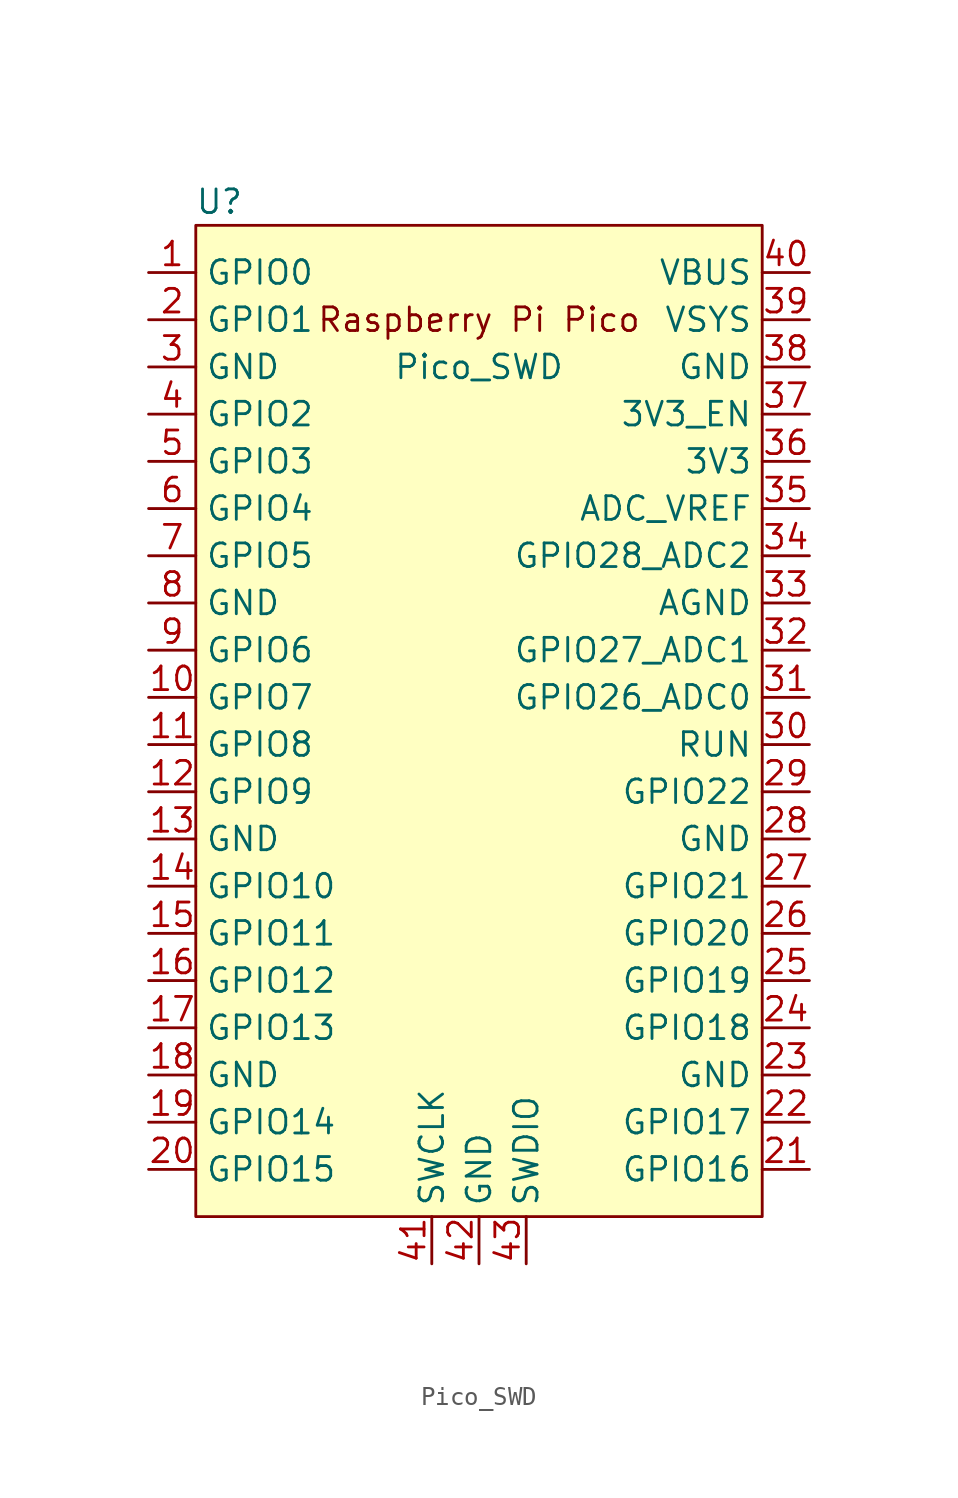
<source format=kicad_sym>
(kicad_symbol_lib
  (version 20211014)
  (generator kicad_symbol_editor)
  (symbol "Pico_SWD"
    (property "Reference" "U"
      (at -13.97 27.94 0)
      (effects (font (size 1.27 1.27))))
    (property "Value" "Pico_SWD"
      (at 0 19.05 0)
      (effects (font (size 1.27 1.27))))
    (symbol "Pico_SWD_0_0"
      (text "Raspberry Pi Pico" (at 0 21.59 0) (effects (font (size 1.27 1.27)))))
    (symbol "Pico_SWD_0_1"
      (rectangle (start -15.24 26.67) (end 15.24 -26.67) (stroke (width 0) (type default) (color 0 0 0 0)) (fill (type background))))
    (symbol "Pico_SWD_1_1"
      (pin bidirectional line (at -17.78 24.13 0) (length 2.54) (name "GPIO0" (effects (font (size 1.27 1.27)))) (number "1" (effects (font (size 1.27 1.27)))))
      (pin bidirectional line (at -17.78 1.27 0) (length 2.54) (name "GPIO7" (effects (font (size 1.27 1.27)))) (number "10" (effects (font (size 1.27 1.27)))))
      (pin bidirectional line (at -17.78 -1.27 0) (length 2.54) (name "GPIO8" (effects (font (size 1.27 1.27)))) (number "11" (effects (font (size 1.27 1.27)))))
      (pin bidirectional line (at -17.78 -3.81 0) (length 2.54) (name "GPIO9" (effects (font (size 1.27 1.27)))) (number "12" (effects (font (size 1.27 1.27)))))
      (pin power_in line (at -17.78 -6.35 0) (length 2.54) (name "GND" (effects (font (size 1.27 1.27)))) (number "13" (effects (font (size 1.27 1.27)))))
      (pin bidirectional line (at -17.78 -8.89 0) (length 2.54) (name "GPIO10" (effects (font (size 1.27 1.27)))) (number "14" (effects (font (size 1.27 1.27)))))
      (pin bidirectional line (at -17.78 -11.43 0) (length 2.54) (name "GPIO11" (effects (font (size 1.27 1.27)))) (number "15" (effects (font (size 1.27 1.27)))))
      (pin bidirectional line (at -17.78 -13.97 0) (length 2.54) (name "GPIO12" (effects (font (size 1.27 1.27)))) (number "16" (effects (font (size 1.27 1.27)))))
      (pin bidirectional line (at -17.78 -16.51 0) (length 2.54) (name "GPIO13" (effects (font (size 1.27 1.27)))) (number "17" (effects (font (size 1.27 1.27)))))
      (pin power_in line (at -17.78 -19.05 0) (length 2.54) (name "GND" (effects (font (size 1.27 1.27)))) (number "18" (effects (font (size 1.27 1.27)))))
      (pin bidirectional line (at -17.78 -21.59 0) (length 2.54) (name "GPIO14" (effects (font (size 1.27 1.27)))) (number "19" (effects (font (size 1.27 1.27)))))
      (pin bidirectional line (at -17.78 21.59 0) (length 2.54) (name "GPIO1" (effects (font (size 1.27 1.27)))) (number "2" (effects (font (size 1.27 1.27)))))
      (pin bidirectional line (at -17.78 -24.13 0) (length 2.54) (name "GPIO15" (effects (font (size 1.27 1.27)))) (number "20" (effects (font (size 1.27 1.27)))))
      (pin bidirectional line (at 17.78 -24.13 180) (length 2.54) (name "GPIO16" (effects (font (size 1.27 1.27)))) (number "21" (effects (font (size 1.27 1.27)))))
      (pin bidirectional line (at 17.78 -21.59 180) (length 2.54) (name "GPIO17" (effects (font (size 1.27 1.27)))) (number "22" (effects (font (size 1.27 1.27)))))
      (pin power_in line (at 17.78 -19.05 180) (length 2.54) (name "GND" (effects (font (size 1.27 1.27)))) (number "23" (effects (font (size 1.27 1.27)))))
      (pin bidirectional line (at 17.78 -16.51 180) (length 2.54) (name "GPIO18" (effects (font (size 1.27 1.27)))) (number "24" (effects (font (size 1.27 1.27)))))
      (pin bidirectional line (at 17.78 -13.97 180) (length 2.54) (name "GPIO19" (effects (font (size 1.27 1.27)))) (number "25" (effects (font (size 1.27 1.27)))))
      (pin bidirectional line (at 17.78 -11.43 180) (length 2.54) (name "GPIO20" (effects (font (size 1.27 1.27)))) (number "26" (effects (font (size 1.27 1.27)))))
      (pin bidirectional line (at 17.78 -8.89 180) (length 2.54) (name "GPIO21" (effects (font (size 1.27 1.27)))) (number "27" (effects (font (size 1.27 1.27)))))
      (pin power_in line (at 17.78 -6.35 180) (length 2.54) (name "GND" (effects (font (size 1.27 1.27)))) (number "28" (effects (font (size 1.27 1.27)))))
      (pin bidirectional line (at 17.78 -3.81 180) (length 2.54) (name "GPIO22" (effects (font (size 1.27 1.27)))) (number "29" (effects (font (size 1.27 1.27)))))
      (pin power_in line (at -17.78 19.05 0) (length 2.54) (name "GND" (effects (font (size 1.27 1.27)))) (number "3" (effects (font (size 1.27 1.27)))))
      (pin input line (at 17.78 -1.27 180) (length 2.54) (name "RUN" (effects (font (size 1.27 1.27)))) (number "30" (effects (font (size 1.27 1.27)))))
      (pin bidirectional line (at 17.78 1.27 180) (length 2.54) (name "GPIO26_ADC0" (effects (font (size 1.27 1.27)))) (number "31" (effects (font (size 1.27 1.27)))))
      (pin bidirectional line (at 17.78 3.81 180) (length 2.54) (name "GPIO27_ADC1" (effects (font (size 1.27 1.27)))) (number "32" (effects (font (size 1.27 1.27)))))
      (pin power_in line (at 17.78 6.35 180) (length 2.54) (name "AGND" (effects (font (size 1.27 1.27)))) (number "33" (effects (font (size 1.27 1.27)))))
      (pin bidirectional line (at 17.78 8.89 180) (length 2.54) (name "GPIO28_ADC2" (effects (font (size 1.27 1.27)))) (number "34" (effects (font (size 1.27 1.27)))))
      (pin power_in line (at 17.78 11.43 180) (length 2.54) (name "ADC_VREF" (effects (font (size 1.27 1.27)))) (number "35" (effects (font (size 1.27 1.27)))))
      (pin power_in line (at 17.78 13.97 180) (length 2.54) (name "3V3" (effects (font (size 1.27 1.27)))) (number "36" (effects (font (size 1.27 1.27)))))
      (pin input line (at 17.78 16.51 180) (length 2.54) (name "3V3_EN" (effects (font (size 1.27 1.27)))) (number "37" (effects (font (size 1.27 1.27)))))
      (pin bidirectional line (at 17.78 19.05 180) (length 2.54) (name "GND" (effects (font (size 1.27 1.27)))) (number "38" (effects (font (size 1.27 1.27)))))
      (pin power_in line (at 17.78 21.59 180) (length 2.54) (name "VSYS" (effects (font (size 1.27 1.27)))) (number "39" (effects (font (size 1.27 1.27)))))
      (pin bidirectional line (at -17.78 16.51 0) (length 2.54) (name "GPIO2" (effects (font (size 1.27 1.27)))) (number "4" (effects (font (size 1.27 1.27)))))
      (pin power_in line (at 17.78 24.13 180) (length 2.54) (name "VBUS" (effects (font (size 1.27 1.27)))) (number "40" (effects (font (size 1.27 1.27)))))
      (pin input line (at -2.54 -29.21 90) (length 2.54) (name "SWCLK" (effects (font (size 1.27 1.27)))) (number "41" (effects (font (size 1.27 1.27)))))
      (pin power_in line (at 0 -29.21 90) (length 2.54) (name "GND" (effects (font (size 1.27 1.27)))) (number "42" (effects (font (size 1.27 1.27)))))
      (pin bidirectional line (at 2.54 -29.21 90) (length 2.54) (name "SWDIO" (effects (font (size 1.27 1.27)))) (number "43" (effects (font (size 1.27 1.27)))))
      (pin bidirectional line (at -17.78 13.97 0) (length 2.54) (name "GPIO3" (effects (font (size 1.27 1.27)))) (number "5" (effects (font (size 1.27 1.27)))))
      (pin bidirectional line (at -17.78 11.43 0) (length 2.54) (name "GPIO4" (effects (font (size 1.27 1.27)))) (number "6" (effects (font (size 1.27 1.27)))))
      (pin bidirectional line (at -17.78 8.89 0) (length 2.54) (name "GPIO5" (effects (font (size 1.27 1.27)))) (number "7" (effects (font (size 1.27 1.27)))))
      (pin power_in line (at -17.78 6.35 0) (length 2.54) (name "GND" (effects (font (size 1.27 1.27)))) (number "8" (effects (font (size 1.27 1.27)))))
      (pin bidirectional line (at -17.78 3.81 0) (length 2.54) (name "GPIO6" (effects (font (size 1.27 1.27)))) (number "9" (effects (font (size 1.27 1.27))))))))
</source>
